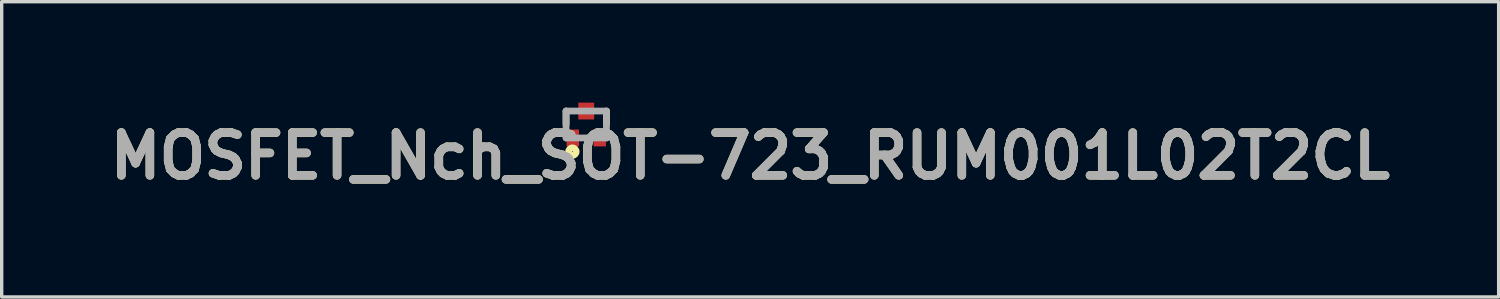
<source format=kicad_pcb>
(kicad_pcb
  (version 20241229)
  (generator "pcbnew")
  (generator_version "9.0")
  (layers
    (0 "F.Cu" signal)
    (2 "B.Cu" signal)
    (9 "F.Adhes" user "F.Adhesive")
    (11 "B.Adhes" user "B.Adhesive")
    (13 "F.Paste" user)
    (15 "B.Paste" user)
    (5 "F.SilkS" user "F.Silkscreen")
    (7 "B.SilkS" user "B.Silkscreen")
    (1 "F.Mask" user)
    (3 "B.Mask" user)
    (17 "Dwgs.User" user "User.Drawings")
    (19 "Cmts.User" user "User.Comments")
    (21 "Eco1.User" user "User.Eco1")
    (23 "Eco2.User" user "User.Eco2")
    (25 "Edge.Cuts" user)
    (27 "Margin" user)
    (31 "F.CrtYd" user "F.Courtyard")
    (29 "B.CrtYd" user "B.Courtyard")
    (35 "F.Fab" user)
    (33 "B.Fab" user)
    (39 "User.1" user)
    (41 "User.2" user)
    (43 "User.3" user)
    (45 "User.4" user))
  (footprint "MOSFET_Nch_SOT-723_RUM001L02T2CL"
    (layer "F.Cu")
    (at 14.372 0.65)
    (property "Reference" "MOSFET_Nch_SOT-723_RUM001L02T2CL" (at 4.872 0.936 0) (layer "F.SilkS") (effects (font (size 1.27 1.27) (thickness 0.254))))
    (attr smd)
    (fp_line (start -0.6 -0.4) (end -0.6 0) (stroke (width 0.2) (type solid)) (layer "F.SilkS"))
    (fp_line (start 0.6 -0.4) (end 0.6 0) (stroke (width 0.2) (type solid)) (layer "F.SilkS"))
    (fp_circle (center -0.411 0.806) (end -0.411 0.818) (stroke (width 0.2) (type solid)) (fill no) (layer "F.SilkS"))
    (fp_line (start -0.6 -0.4) (end -0.6 0.4) (stroke (width 0.2) (type solid)) (layer "F.Fab"))
    (fp_line (start -0.6 0.4) (end 0.6 0.4) (stroke (width 0.2) (type solid)) (layer "F.Fab"))
    (fp_line (start 0.6 -0.4) (end -0.6 -0.4) (stroke (width 0.2) (type solid)) (layer "F.Fab"))
    (fp_line (start 0.6 0.4) (end 0.6 -0.4) (stroke (width 0.2) (type solid)) (layer "F.Fab"))
    (fp_text user "${REFERENCE}" (at 4.872 0.936 0) (layer "F.Fab") (effects (font (size 1.27 1.27) (thickness 0.254))))
    (pad "1" smd rect (at -0.4 0.4) (size 0.37 0.5) (layers "F.Cu" "F.Mask" "F.Paste"))
    (pad "2" smd rect (at 0.4 0.4) (size 0.37 0.5) (layers "F.Cu" "F.Mask" "F.Paste"))
    (pad "3" smd rect (at 0 -0.4) (size 0.47 0.5) (layers "F.Cu" "F.Mask" "F.Paste")))
  (gr_rect
    (start -3 -3)
    (end 41.487 5.775)
    (stroke (width 0.1) (type default))
    (fill no)
    (layer "Edge.Cuts")))
</source>
